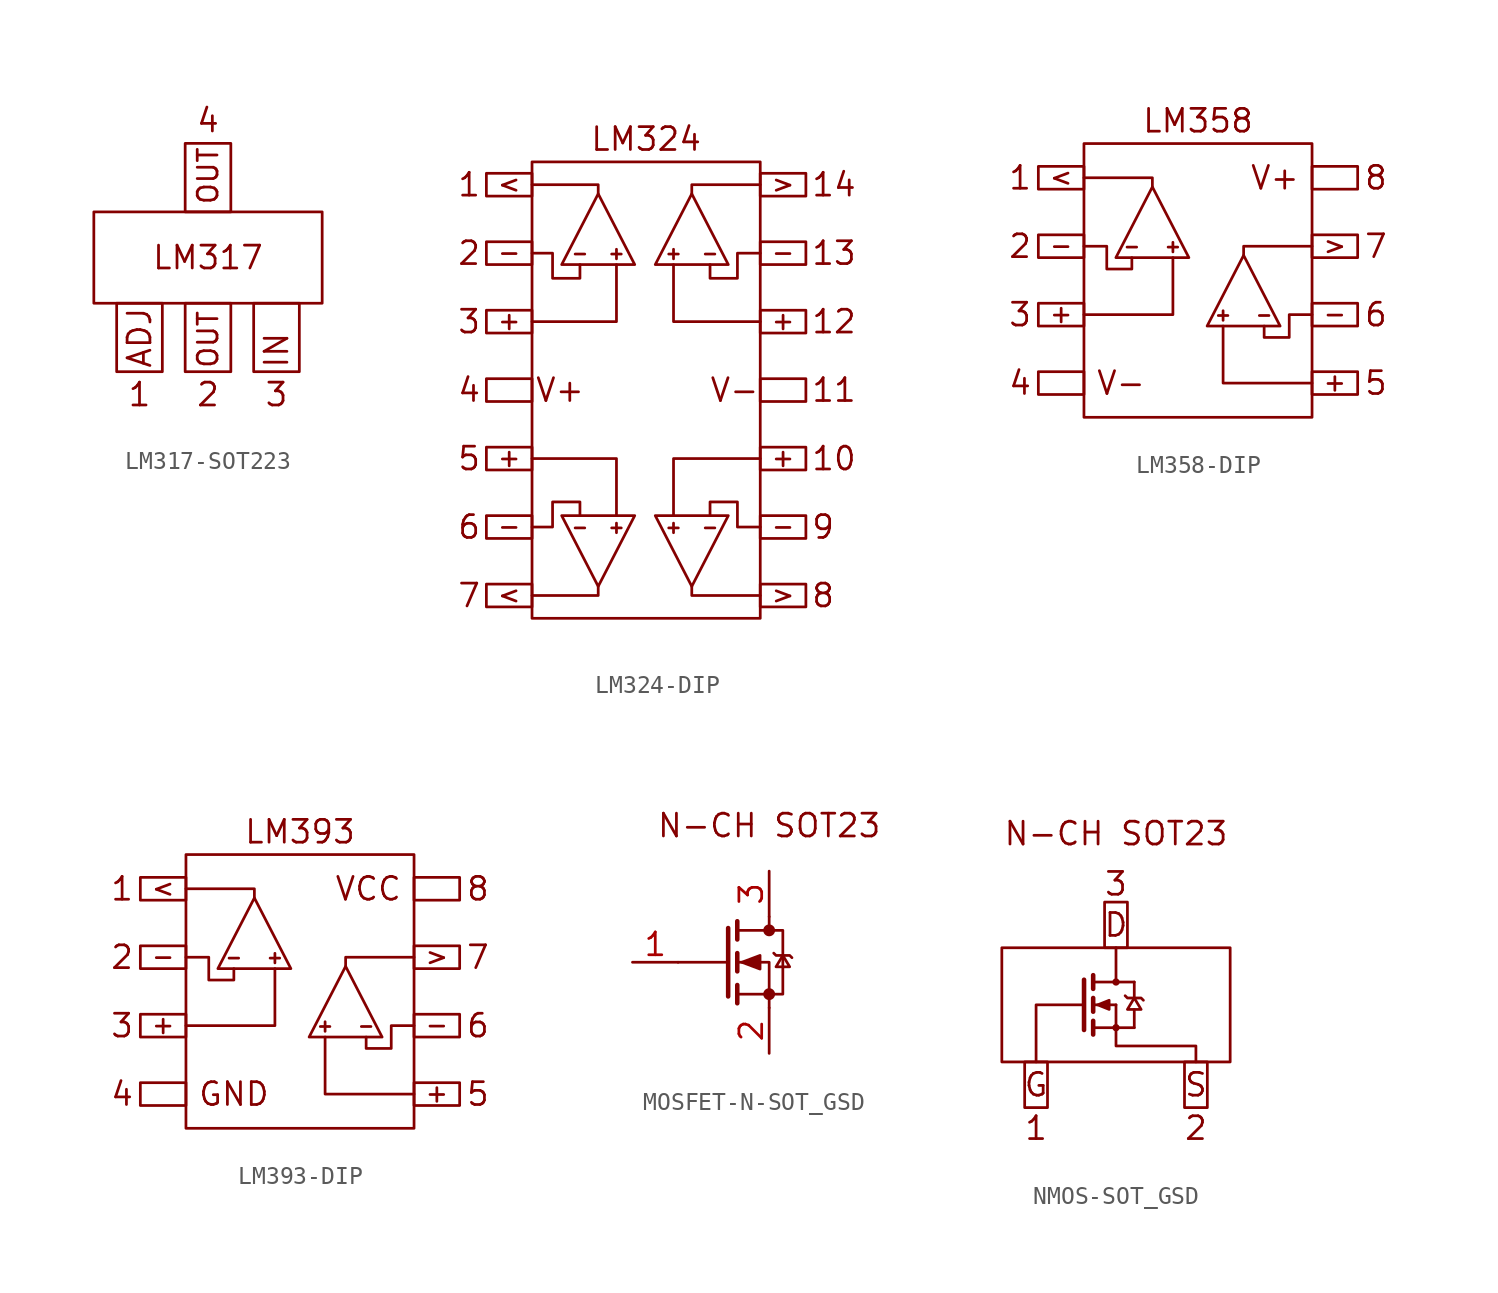
<source format=kicad_sym>
(kicad_symbol_lib
  (version 20211014)
  (generator kicad_symbol_editor)
  (symbol "LM317-SOT223"
    (property "Reference" "U"
      (at 2.54 1.27 0)
      (effects (font (size 1.27 1.27)) (justify left) hide))
    (symbol "LM317-SOT223_0_0"
      (rectangle (start -6.35 0) (end 6.35 -5.08) (stroke (width 0) (type default) (color 0 0 0 0)) (fill (type none)))
      (rectangle (start -5.08 -5.08) (end -2.54 -8.89) (stroke (width 0) (type default) (color 0 0 0 0)) (fill (type none)))
      (rectangle (start -1.27 -5.08) (end 1.27 -8.89) (stroke (width 0) (type default) (color 0 0 0 0)) (fill (type none)))
      (rectangle (start -1.27 3.81) (end 1.27 0) (stroke (width 0) (type default) (color 0 0 0 0)) (fill (type none)))
      (rectangle (start 2.54 -5.08) (end 5.08 -8.89) (stroke (width 0) (type default) (color 0 0 0 0)) (fill (type none)))
      (text "1" (at -3.81 -10.16 0) (effects (font (size 1.27 1.27))))
      (text "2" (at 0 -10.16 0) (effects (font (size 1.27 1.27))))
      (text "3" (at 3.81 -10.16 0) (effects (font (size 1.27 1.27))))
      (text "4" (at 0 5.08 0) (effects (font (size 1.27 1.27))))
      (text "ADJ" (at -3.81 -8.763 900) (effects (font (size 1.27 1.27)) (justify left)))
      (text "IN" (at 3.81 -8.763 900) (effects (font (size 1.27 1.27)) (justify left)))
      (text "LM317" (at 0 -2.54 0) (effects (font (size 1.27 1.27))))
      (text "OUT" (at 0 -8.763 900) (effects (font (size 1.1 1.1)) (justify left)))
      (text "OUT" (at 0 3.683 900) (effects (font (size 1.1 1.1)) (justify right)))))
  (symbol "LM324-DIP"
    (property "Reference" "U"
      (at 0 6.35 0)
      (effects (font (size 1.27 1.27)) hide))
    (symbol "LM324-DIP_0_0"
      (rectangle (start -8.89 -23.495) (end -6.35 -24.765) (stroke (width 0) (type default) (color 0 0 0 0)) (fill (type none)))
      (rectangle (start -8.89 -19.685) (end -6.35 -20.955) (stroke (width 0) (type default) (color 0 0 0 0)) (fill (type none)))
      (rectangle (start -8.89 -15.875) (end -6.35 -17.145) (stroke (width 0) (type default) (color 0 0 0 0)) (fill (type none)))
      (rectangle (start -8.89 -12.065) (end -6.35 -13.335) (stroke (width 0) (type default) (color 0 0 0 0)) (fill (type none)))
      (rectangle (start -8.89 -8.255) (end -6.35 -9.525) (stroke (width 0) (type default) (color 0 0 0 0)) (fill (type none)))
      (rectangle (start -8.89 -4.445) (end -6.35 -5.715) (stroke (width 0) (type default) (color 0 0 0 0)) (fill (type none)))
      (rectangle (start -8.89 -0.635) (end -6.35 -1.905) (stroke (width 0) (type default) (color 0 0 0 0)) (fill (type none)))
      (rectangle (start -6.35 0) (end 6.35 -25.4) (stroke (width 0) (type default) (color 0 0 0 0)) (fill (type none)))
      (rectangle (start 6.35 -23.495) (end 8.89 -24.765) (stroke (width 0) (type default) (color 0 0 0 0)) (fill (type none)))
      (rectangle (start 6.35 -19.685) (end 8.89 -20.955) (stroke (width 0) (type default) (color 0 0 0 0)) (fill (type none)))
      (rectangle (start 6.35 -15.875) (end 8.89 -17.145) (stroke (width 0) (type default) (color 0 0 0 0)) (fill (type none)))
      (rectangle (start 6.35 -12.065) (end 8.89 -13.335) (stroke (width 0) (type default) (color 0 0 0 0)) (fill (type none)))
      (rectangle (start 6.35 -8.255) (end 8.89 -9.525) (stroke (width 0) (type default) (color 0 0 0 0)) (fill (type none)))
      (rectangle (start 6.35 -4.445) (end 8.89 -5.715) (stroke (width 0) (type default) (color 0 0 0 0)) (fill (type none)))
      (rectangle (start 6.35 -0.635) (end 8.89 -1.905) (stroke (width 0) (type default) (color 0 0 0 0)) (fill (type none)))
      (text "+" (at -7.62 -16.46 0) (effects (font (size 1 1))))
      (text "+" (at -7.62 -8.84 0) (effects (font (size 1 1))))
      (text "+" (at -1.651 -20.32 0) (effects (font (size 0.7 0.7))))
      (text "+" (at -1.651 -5.08 0) (effects (font (size 0.7 0.7))))
      (text "+" (at 1.524 -20.32 0) (effects (font (size 0.7 0.7))))
      (text "+" (at 1.524 -5.08 0) (effects (font (size 0.7 0.7))))
      (text "+" (at 7.62 -16.46 0) (effects (font (size 1 1))))
      (text "+" (at 7.62 -8.84 0) (effects (font (size 1 1))))
      (text "-" (at -7.62 -20.27 0) (effects (font (size 1 1))))
      (text "-" (at -7.62 -5.03 0) (effects (font (size 1 1))))
      (text "-" (at -3.683 -20.32 0) (effects (font (size 0.7 0.7))))
      (text "-" (at -3.683 -5.08 0) (effects (font (size 0.7 0.7))))
      (text "-" (at 3.556 -20.32 0) (effects (font (size 0.7 0.7))))
      (text "-" (at 3.556 -5.08 0) (effects (font (size 0.7 0.7))))
      (text "-" (at 7.62 -20.27 0) (effects (font (size 1 1))))
      (text "-" (at 7.62 -5.03 0) (effects (font (size 1 1))))
      (text "1" (at -9.144 -1.27 0) (effects (font (size 1.27 1.27)) (justify right)))
      (text "10" (at 9.144 -16.51 0) (effects (font (size 1.27 1.27)) (justify left)))
      (text "11" (at 9.144 -12.7 0) (effects (font (size 1.27 1.27)) (justify left)))
      (text "12" (at 9.144 -8.89 0) (effects (font (size 1.27 1.27)) (justify left)))
      (text "13" (at 9.144 -5.08 0) (effects (font (size 1.27 1.27)) (justify left)))
      (text "14" (at 9.144 -1.27 0) (effects (font (size 1.27 1.27)) (justify left)))
      (text "2" (at -9.144 -5.08 0) (effects (font (size 1.27 1.27)) (justify right)))
      (text "3" (at -9.144 -8.89 0) (effects (font (size 1.27 1.27)) (justify right)))
      (text "4" (at -9.144 -12.7 0) (effects (font (size 1.27 1.27)) (justify right)))
      (text "5" (at -9.144 -16.51 0) (effects (font (size 1.27 1.27)) (justify right)))
      (text "6" (at -9.144 -20.32 0) (effects (font (size 1.27 1.27)) (justify right)))
      (text "7" (at -9.144 -24.13 0) (effects (font (size 1.27 1.27)) (justify right)))
      (text "8" (at 9.144 -24.13 0) (effects (font (size 1.27 1.27)) (justify left)))
      (text "9" (at 9.144 -20.32 0) (effects (font (size 1.27 1.27)) (justify left)))
      (text "<" (at -7.62 -24.08 0) (effects (font (size 1 1))))
      (text "<" (at -7.62 -1.22 0) (effects (font (size 1 1))))
      (text ">" (at 7.62 -24.08 0) (effects (font (size 1 1))))
      (text ">" (at 7.62 -1.22 0) (effects (font (size 1 1))))
      (text "LM324" (at 0 1.27 0) (effects (font (size 1.27 1.27))))
      (text "V+" (at -6.223 -12.7 0) (effects (font (size 1.27 1.27)) (justify left)))
      (text "V-" (at 6.35 -12.7 0) (effects (font (size 1.27 1.27)) (justify right))))
    (symbol "LM324-DIP_0_1"
      (polyline (pts (xy -2.667 -23.622) (xy -2.667 -24.13) (xy -6.35 -24.13)) (stroke (width 0) (type default) (color 0 0 0 0)) (fill (type none)))
      (polyline (pts (xy -2.667 -1.778) (xy -2.667 -1.27) (xy -6.35 -1.27)) (stroke (width 0) (type default) (color 0 0 0 0)) (fill (type none)))
      (polyline (pts (xy -1.651 -19.685) (xy -1.651 -16.51) (xy -6.35 -16.51)) (stroke (width 0) (type default) (color 0 0 0 0)) (fill (type none)))
      (polyline (pts (xy -1.651 -5.715) (xy -1.651 -8.89) (xy -6.35 -8.89)) (stroke (width 0) (type default) (color 0 0 0 0)) (fill (type none)))
      (polyline (pts (xy 1.524 -19.685) (xy 1.524 -16.51) (xy 6.35 -16.51)) (stroke (width 0) (type default) (color 0 0 0 0)) (fill (type none)))
      (polyline (pts (xy 1.524 -5.715) (xy 1.524 -8.89) (xy 6.35 -8.89)) (stroke (width 0) (type default) (color 0 0 0 0)) (fill (type none)))
      (polyline (pts (xy 2.54 -23.622) (xy 2.54 -24.13) (xy 6.35 -24.13)) (stroke (width 0) (type default) (color 0 0 0 0)) (fill (type none)))
      (polyline (pts (xy 2.54 -1.778) (xy 2.54 -1.27) (xy 6.35 -1.27)) (stroke (width 0) (type default) (color 0 0 0 0)) (fill (type none)))
      (polyline (pts (xy -0.635 -19.685) (xy -4.699 -19.685) (xy -2.667 -23.622) (xy -0.635 -19.685)) (stroke (width 0) (type default) (color 0 0 0 0)) (fill (type none)))
      (polyline (pts (xy -0.635 -5.715) (xy -4.699 -5.715) (xy -2.667 -1.778) (xy -0.635 -5.715)) (stroke (width 0) (type default) (color 0 0 0 0)) (fill (type none)))
      (polyline (pts (xy 0.508 -19.685) (xy 4.572 -19.685) (xy 2.54 -23.622) (xy 0.508 -19.685)) (stroke (width 0) (type default) (color 0 0 0 0)) (fill (type none)))
      (polyline (pts (xy 0.508 -5.715) (xy 4.572 -5.715) (xy 2.54 -1.778) (xy 0.508 -5.715)) (stroke (width 0) (type default) (color 0 0 0 0)) (fill (type none)))
      (polyline (pts (xy -3.683 -19.685) (xy -3.683 -18.923) (xy -5.207 -18.923) (xy -5.207 -20.32) (xy -6.35 -20.32)) (stroke (width 0) (type default) (color 0 0 0 0)) (fill (type none)))
      (polyline (pts (xy -3.683 -5.715) (xy -3.683 -6.477) (xy -5.207 -6.477) (xy -5.207 -5.08) (xy -6.35 -5.08)) (stroke (width 0) (type default) (color 0 0 0 0)) (fill (type none)))
      (polyline (pts (xy 3.556 -19.685) (xy 3.556 -18.923) (xy 5.08 -18.923) (xy 5.08 -20.32) (xy 6.35 -20.32)) (stroke (width 0) (type default) (color 0 0 0 0)) (fill (type none)))
      (polyline (pts (xy 3.556 -5.715) (xy 3.556 -6.477) (xy 5.08 -6.477) (xy 5.08 -5.08) (xy 6.35 -5.08)) (stroke (width 0) (type default) (color 0 0 0 0)) (fill (type none)))))
  (symbol "LM358-DIP"
    (property "Reference" "U"
      (at 0 6.858 0)
      (effects (font (size 1.27 1.27)) hide))
    (symbol "LM358-DIP_0_0"
      (rectangle (start -8.89 -12.7) (end -6.35 -13.97) (stroke (width 0) (type default) (color 0 0 0 0)) (fill (type none)))
      (rectangle (start -8.89 -8.89) (end -6.35 -10.16) (stroke (width 0) (type default) (color 0 0 0 0)) (fill (type none)))
      (rectangle (start -8.89 -5.08) (end -6.35 -6.35) (stroke (width 0) (type default) (color 0 0 0 0)) (fill (type none)))
      (rectangle (start -8.89 -1.27) (end -6.35 -2.54) (stroke (width 0) (type default) (color 0 0 0 0)) (fill (type none)))
      (rectangle (start 6.35 -12.7) (end 8.89 -13.97) (stroke (width 0) (type default) (color 0 0 0 0)) (fill (type none)))
      (rectangle (start 6.35 -8.89) (end 8.89 -10.16) (stroke (width 0) (type default) (color 0 0 0 0)) (fill (type none)))
      (rectangle (start 6.35 -5.08) (end 8.89 -6.35) (stroke (width 0) (type default) (color 0 0 0 0)) (fill (type none)))
      (rectangle (start 6.35 -1.27) (end 8.89 -2.54) (stroke (width 0) (type default) (color 0 0 0 0)) (fill (type none)))
      (text "+" (at -7.62 -9.475 0) (effects (font (size 1 1))))
      (text "+" (at -1.397 -5.715 0) (effects (font (size 0.7 0.7))))
      (text "+" (at 1.397 -9.525 0) (effects (font (size 0.7 0.7))))
      (text "+" (at 7.62 -13.285 0) (effects (font (size 1 1))))
      (text "-" (at -7.62 -5.665 0) (effects (font (size 1 1))))
      (text "-" (at -3.683 -5.715 0) (effects (font (size 0.7 0.7))))
      (text "-" (at 3.683 -9.525 0) (effects (font (size 0.7 0.7))))
      (text "-" (at 7.62 -9.475 0) (effects (font (size 1 1))))
      (text "1" (at -9.906 -1.905 0) (effects (font (size 1.27 1.27))))
      (text "2" (at -9.906 -5.715 0) (effects (font (size 1.27 1.27))))
      (text "3" (at -9.906 -9.525 0) (effects (font (size 1.27 1.27))))
      (text "4" (at -9.906 -13.335 0) (effects (font (size 1.27 1.27))))
      (text "5" (at 9.906 -13.335 0) (effects (font (size 1.27 1.27))))
      (text "6" (at 9.906 -9.525 0) (effects (font (size 1.27 1.27))))
      (text "7" (at 9.906 -5.715 0) (effects (font (size 1.27 1.27))))
      (text "8" (at 9.906 -1.905 0) (effects (font (size 1.27 1.27))))
      (text "<" (at -7.62 -1.855 0) (effects (font (size 1 1))))
      (text ">" (at 7.62 -5.665 0) (effects (font (size 1 1))))
      (text "LM358" (at 0 1.27 0) (effects (font (size 1.27 1.27))))
      (text "V+" (at 5.715 -1.905 0) (effects (font (size 1.27 1.27)) (justify right)))
      (text "V-" (at -5.715 -13.335 0) (effects (font (size 1.27 1.27)) (justify left))))
    (symbol "LM358-DIP_0_1"
      (rectangle (start -6.35 0) (end 6.35 -15.24) (stroke (width 0) (type default) (color 0 0 0 0)) (fill (type none)))
      (polyline (pts (xy -2.54 -2.413) (xy -2.54 -1.905) (xy -6.35 -1.905)) (stroke (width 0) (type default) (color 0 0 0 0)) (fill (type none)))
      (polyline (pts (xy -1.397 -6.35) (xy -1.397 -9.525) (xy -6.35 -9.525)) (stroke (width 0) (type default) (color 0 0 0 0)) (fill (type none)))
      (polyline (pts (xy 1.397 -10.16) (xy 1.397 -13.335) (xy 6.35 -13.335)) (stroke (width 0) (type default) (color 0 0 0 0)) (fill (type none)))
      (polyline (pts (xy 2.54 -6.223) (xy 2.54 -5.715) (xy 6.35 -5.715)) (stroke (width 0) (type default) (color 0 0 0 0)) (fill (type none)))
      (polyline (pts (xy -0.508 -6.35) (xy -4.572 -6.35) (xy -2.54 -2.413) (xy -0.508 -6.35)) (stroke (width 0) (type default) (color 0 0 0 0)) (fill (type none)))
      (polyline (pts (xy 0.508 -10.16) (xy 4.572 -10.16) (xy 2.54 -6.223) (xy 0.508 -10.16)) (stroke (width 0) (type default) (color 0 0 0 0)) (fill (type none)))
      (polyline (pts (xy -3.683 -6.35) (xy -3.683 -6.985) (xy -5.08 -6.985) (xy -5.08 -5.715) (xy -6.35 -5.715)) (stroke (width 0) (type default) (color 0 0 0 0)) (fill (type none)))
      (polyline (pts (xy 3.683 -10.16) (xy 3.683 -10.795) (xy 5.08 -10.795) (xy 5.08 -9.525) (xy 6.35 -9.525)) (stroke (width 0) (type default) (color 0 0 0 0)) (fill (type none)))))
  (symbol "LM393-DIP"
    (property "Reference" "U"
      (at 0 6.858 0)
      (effects (font (size 1.27 1.27)) hide))
    (symbol "LM393-DIP_0_0"
      (rectangle (start -8.89 -12.7) (end -6.35 -13.97) (stroke (width 0) (type default) (color 0 0 0 0)) (fill (type none)))
      (rectangle (start -8.89 -8.89) (end -6.35 -10.16) (stroke (width 0) (type default) (color 0 0 0 0)) (fill (type none)))
      (rectangle (start -8.89 -5.08) (end -6.35 -6.35) (stroke (width 0) (type default) (color 0 0 0 0)) (fill (type none)))
      (rectangle (start -8.89 -1.27) (end -6.35 -2.54) (stroke (width 0) (type default) (color 0 0 0 0)) (fill (type none)))
      (rectangle (start 6.35 -12.7) (end 8.89 -13.97) (stroke (width 0) (type default) (color 0 0 0 0)) (fill (type none)))
      (rectangle (start 6.35 -8.89) (end 8.89 -10.16) (stroke (width 0) (type default) (color 0 0 0 0)) (fill (type none)))
      (rectangle (start 6.35 -5.08) (end 8.89 -6.35) (stroke (width 0) (type default) (color 0 0 0 0)) (fill (type none)))
      (rectangle (start 6.35 -1.27) (end 8.89 -2.54) (stroke (width 0) (type default) (color 0 0 0 0)) (fill (type none)))
      (text "+" (at -7.62 -9.475 0) (effects (font (size 1 1))))
      (text "+" (at -1.397 -5.715 0) (effects (font (size 0.7 0.7))))
      (text "+" (at 1.397 -9.525 0) (effects (font (size 0.7 0.7))))
      (text "+" (at 7.62 -13.285 0) (effects (font (size 1 1))))
      (text "-" (at -7.62 -5.665 0) (effects (font (size 1 1))))
      (text "-" (at -3.683 -5.715 0) (effects (font (size 0.7 0.7))))
      (text "-" (at 3.683 -9.525 0) (effects (font (size 0.7 0.7))))
      (text "-" (at 7.62 -9.475 0) (effects (font (size 1 1))))
      (text "1" (at -9.906 -1.905 0) (effects (font (size 1.27 1.27))))
      (text "2" (at -9.906 -5.715 0) (effects (font (size 1.27 1.27))))
      (text "3" (at -9.906 -9.525 0) (effects (font (size 1.27 1.27))))
      (text "4" (at -9.906 -13.335 0) (effects (font (size 1.27 1.27))))
      (text "5" (at 9.906 -13.335 0) (effects (font (size 1.27 1.27))))
      (text "6" (at 9.906 -9.525 0) (effects (font (size 1.27 1.27))))
      (text "7" (at 9.906 -5.715 0) (effects (font (size 1.27 1.27))))
      (text "8" (at 9.906 -1.905 0) (effects (font (size 1.27 1.27))))
      (text "<" (at -7.62 -1.855 0) (effects (font (size 1 1))))
      (text ">" (at 7.62 -5.665 0) (effects (font (size 1 1))))
      (text "GND" (at -5.715 -13.335 0) (effects (font (size 1.27 1.27)) (justify left)))
      (text "LM393" (at 0 1.27 0) (effects (font (size 1.27 1.27))))
      (text "VCC" (at 5.715 -1.905 0) (effects (font (size 1.27 1.27)) (justify right))))
    (symbol "LM393-DIP_0_1"
      (rectangle (start -6.35 0) (end 6.35 -15.24) (stroke (width 0) (type default) (color 0 0 0 0)) (fill (type none)))
      (polyline (pts (xy -2.54 -2.413) (xy -2.54 -1.905) (xy -6.35 -1.905)) (stroke (width 0) (type default) (color 0 0 0 0)) (fill (type none)))
      (polyline (pts (xy -1.397 -6.35) (xy -1.397 -9.525) (xy -6.35 -9.525)) (stroke (width 0) (type default) (color 0 0 0 0)) (fill (type none)))
      (polyline (pts (xy 1.397 -10.16) (xy 1.397 -13.335) (xy 6.35 -13.335)) (stroke (width 0) (type default) (color 0 0 0 0)) (fill (type none)))
      (polyline (pts (xy 2.54 -6.223) (xy 2.54 -5.715) (xy 6.35 -5.715)) (stroke (width 0) (type default) (color 0 0 0 0)) (fill (type none)))
      (polyline (pts (xy -0.508 -6.35) (xy -4.572 -6.35) (xy -2.54 -2.413) (xy -0.508 -6.35)) (stroke (width 0) (type default) (color 0 0 0 0)) (fill (type none)))
      (polyline (pts (xy 0.508 -10.16) (xy 4.572 -10.16) (xy 2.54 -6.223) (xy 0.508 -10.16)) (stroke (width 0) (type default) (color 0 0 0 0)) (fill (type none)))
      (polyline (pts (xy -3.683 -6.35) (xy -3.683 -6.985) (xy -5.08 -6.985) (xy -5.08 -5.715) (xy -6.35 -5.715)) (stroke (width 0) (type default) (color 0 0 0 0)) (fill (type none)))
      (polyline (pts (xy 3.683 -10.16) (xy 3.683 -10.795) (xy 5.08 -10.795) (xy 5.08 -9.525) (xy 6.35 -9.525)) (stroke (width 0) (type default) (color 0 0 0 0)) (fill (type none)))))
  (symbol "MOSFET-N-SOT_GSD"
    (pin_names
      (offset 0) hide)
    (property "Reference" "Q"
      (at 5.08 1.27 0)
      (effects (font (size 1.27 1.27)) (justify left) hide))
    (symbol "MOSFET-N-SOT_GSD_0_0"
      (text "N-CH SOT23" (at 2.54 7.62 0) (effects (font (size 1.27 1.27)))))
    (symbol "MOSFET-N-SOT_GSD_0_1"
      (polyline (pts (xy 0.254 0) (xy -2.54 0)) (stroke (width 0) (type default) (color 0 0 0 0)) (fill (type none)))
      (polyline (pts (xy 0.254 1.905) (xy 0.254 -1.905)) (stroke (width 0.254) (type default) (color 0 0 0 0)) (fill (type none)))
      (polyline (pts (xy 0.762 -1.27) (xy 0.762 -2.286)) (stroke (width 0.254) (type default) (color 0 0 0 0)) (fill (type none)))
      (polyline (pts (xy 0.762 0.508) (xy 0.762 -0.508)) (stroke (width 0.254) (type default) (color 0 0 0 0)) (fill (type none)))
      (polyline (pts (xy 0.762 2.286) (xy 0.762 1.27)) (stroke (width 0.254) (type default) (color 0 0 0 0)) (fill (type none)))
      (polyline (pts (xy 2.54 2.54) (xy 2.54 1.778)) (stroke (width 0) (type default) (color 0 0 0 0)) (fill (type none)))
      (polyline (pts (xy 2.54 -2.54) (xy 2.54 0) (xy 0.762 0)) (stroke (width 0) (type default) (color 0 0 0 0)) (fill (type none)))
      (polyline (pts (xy 0.762 -1.778) (xy 3.302 -1.778) (xy 3.302 1.778) (xy 0.762 1.778)) (stroke (width 0) (type default) (color 0 0 0 0)) (fill (type none)))
      (polyline (pts (xy 1.016 0) (xy 2.032 0.381) (xy 2.032 -0.381) (xy 1.016 0)) (stroke (width 0) (type default) (color 0 0 0 0)) (fill (type outline)))
      (polyline (pts (xy 2.794 0.508) (xy 2.921 0.381) (xy 3.683 0.381) (xy 3.81 0.254)) (stroke (width 0) (type default) (color 0 0 0 0)) (fill (type none)))
      (polyline (pts (xy 3.302 0.381) (xy 2.921 -0.254) (xy 3.683 -0.254) (xy 3.302 0.381)) (stroke (width 0) (type default) (color 0 0 0 0)) (fill (type none)))
      (circle (center 2.54 -1.778) (radius 0.254) (stroke (width 0) (type default) (color 0 0 0 0)) (fill (type outline)))
      (circle (center 2.54 1.778) (radius 0.254) (stroke (width 0) (type default) (color 0 0 0 0)) (fill (type outline))))
    (symbol "MOSFET-N-SOT_GSD_1_1"
      (pin input line (at -5.08 0 0) (length 2.54) (name "G" (effects (font (size 1.27 1.27)))) (number "1" (effects (font (size 1.27 1.27)))))
      (pin passive line (at 2.54 -5.08 90) (length 2.54) (name "S" (effects (font (size 1.27 1.27)))) (number "2" (effects (font (size 1.27 1.27)))))
      (pin passive line (at 2.54 5.08 270) (length 2.54) (name "D" (effects (font (size 1.27 1.27)))) (number "3" (effects (font (size 1.27 1.27)))))))
  (symbol "NMOS-SOT_GSD"
    (pin_names
      (offset 0) hide)
    (property "Reference" "Q"
      (at 1.27 3.81 0)
      (effects (font (size 1.27 1.27)) (justify left) hide))
    (symbol "NMOS-SOT_GSD_0_0"
      (rectangle (start -6.35 0) (end 6.35 -6.35) (stroke (width 0) (type default) (color 0 0 0 0)) (fill (type none)))
      (rectangle (start -5.08 -8.89) (end -3.81 -6.35) (stroke (width 0) (type default) (color 0 0 0 0)) (fill (type none)))
      (rectangle (start -0.635 0) (end 0.635 2.54) (stroke (width 0) (type default) (color 0 0 0 0)) (fill (type none)))
      (polyline (pts (xy -1.27 -4.445) (xy 1.016 -4.445)) (stroke (width 0) (type default) (color 0 0 0 0)) (fill (type none)))
      (polyline (pts (xy -1.27 -3.175) (xy -1.016 -3.175)) (stroke (width 0) (type default) (color 0 0 0 0)) (fill (type none)))
      (polyline (pts (xy -1.27 -1.905) (xy 1.016 -1.905)) (stroke (width 0) (type default) (color 0 0 0 0)) (fill (type none)))
      (polyline (pts (xy -0.381 -3.175) (xy 0 -3.175)) (stroke (width 0) (type default) (color 0 0 0 0)) (fill (type none)))
      (polyline (pts (xy 0 -3.175) (xy 0 -4.445)) (stroke (width 0) (type default) (color 0 0 0 0)) (fill (type none)))
      (polyline (pts (xy 0 -1.905) (xy 0 0)) (stroke (width 0) (type default) (color 0 0 0 0)) (fill (type none)))
      (polyline (pts (xy 1.016 -3.429) (xy 1.016 -4.445)) (stroke (width 0) (type default) (color 0 0 0 0)) (fill (type none)))
      (polyline (pts (xy 1.016 -1.905) (xy 1.016 -2.794)) (stroke (width 0) (type default) (color 0 0 0 0)) (fill (type none)))
      (polyline (pts (xy -1.778 -3.175) (xy -4.445 -3.175) (xy -4.445 -6.35)) (stroke (width 0) (type default) (color 0 0 0 0)) (fill (type none)))
      (polyline (pts (xy -1.016 -3.175) (xy -0.381 -2.921) (xy -0.381 -3.429) (xy -1.016 -3.175)) (stroke (width 0) (type default) (color 0 0 0 0)) (fill (type outline)))
      (polyline (pts (xy 0 -4.445) (xy 0 -5.461) (xy 4.445 -5.461) (xy 4.445 -6.35)) (stroke (width 0) (type default) (color 0 0 0 0)) (fill (type none)))
      (rectangle (start 3.81 -8.89) (end 5.08 -6.35) (stroke (width 0) (type default) (color 0 0 0 0)) (fill (type none)))
      (text "1" (at -4.445 -10.033 0) (effects (font (size 1.27 1.27))))
      (text "2" (at 4.445 -10.033 0) (effects (font (size 1.27 1.27))))
      (text "3" (at 0 3.556 0) (effects (font (size 1.27 1.27))))
      (text "D" (at 0 1.27 0) (effects (font (size 1.27 1.27))))
      (text "G" (at -4.445 -7.62 0) (effects (font (size 1.27 1.27))))
      (text "N-CH SOT23" (at 0 6.35 0) (effects (font (size 1.27 1.27))))
      (text "S" (at 4.445 -7.62 0) (effects (font (size 1.27 1.27)))))
    (symbol "NMOS-SOT_GSD_0_1"
      (circle (center 0 -4.445) (radius 0.127) (stroke (width 0) (type default) (color 0 0 0 0)) (fill (type outline)))
      (circle (center 0 -1.905) (radius 0.127) (stroke (width 0) (type default) (color 0 0 0 0)) (fill (type outline)))
      (polyline (pts (xy -1.778 -1.778) (xy -1.778 -4.572)) (stroke (width 0.254) (type default) (color 0 0 0 0)) (fill (type none)))
      (polyline (pts (xy -1.27 -4.064) (xy -1.27 -4.826)) (stroke (width 0.254) (type default) (color 0 0 0 0)) (fill (type none)))
      (polyline (pts (xy -1.27 -2.794) (xy -1.27 -3.556)) (stroke (width 0.254) (type default) (color 0 0 0 0)) (fill (type none)))
      (polyline (pts (xy -1.27 -1.524) (xy -1.27 -2.286)) (stroke (width 0.254) (type default) (color 0 0 0 0)) (fill (type none)))
      (polyline (pts (xy 0.508 -2.667) (xy 0.635 -2.794) (xy 1.397 -2.794) (xy 1.524 -2.921)) (stroke (width 0) (type default) (color 0 0 0 0)) (fill (type none)))
      (polyline (pts (xy 1.016 -2.794) (xy 0.635 -3.429) (xy 1.397 -3.429) (xy 1.016 -2.794)) (stroke (width 0) (type default) (color 0 0 0 0)) (fill (type none))))))
</source>
